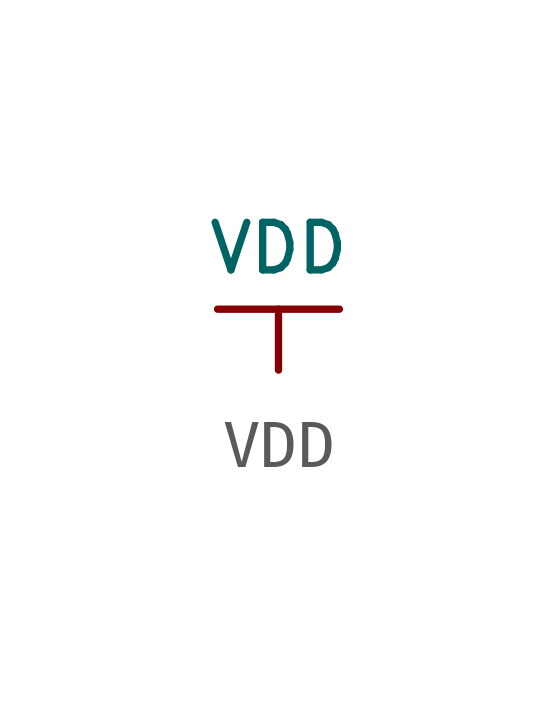
<source format=kicad_sym>
(kicad_symbol_lib
  (version 20220914)
  (generator kicad_symbol_editor)
  (symbol "VDD"
    (power)
    (pin_numbers hide)
    (pin_names
      (offset 0) hide)
    (property "Reference" "#PWR"
      (at 0 -2.54 0)
      (effects (font (size 1.524 1.524)) hide))
    (property "Value" "VDD"
      (at 0 1.27 0)
      (effects (font (size 0.991 0.991))))
    (property "Footprint" ""
      (at 0 0 0)
      (effects (font (size 1.524 1.524))))
    (property "Datasheet" ""
      (at 0 0 0)
      (effects (font (size 1.524 1.524))))
    (symbol "VDD_0_1"
      (polyline (pts (xy -1.27 0) (xy 1.27 0)) (stroke (width 0) (type default)) (fill (type none))))
    (symbol "VDD_1_1"
      (pin power_in line (at 0 -1.27 90) (length 1.27) (name "VDD" (effects (font (size 1.27 1.27)))) (number "1" (effects (font (size 1.27 1.27))))))))
</source>
